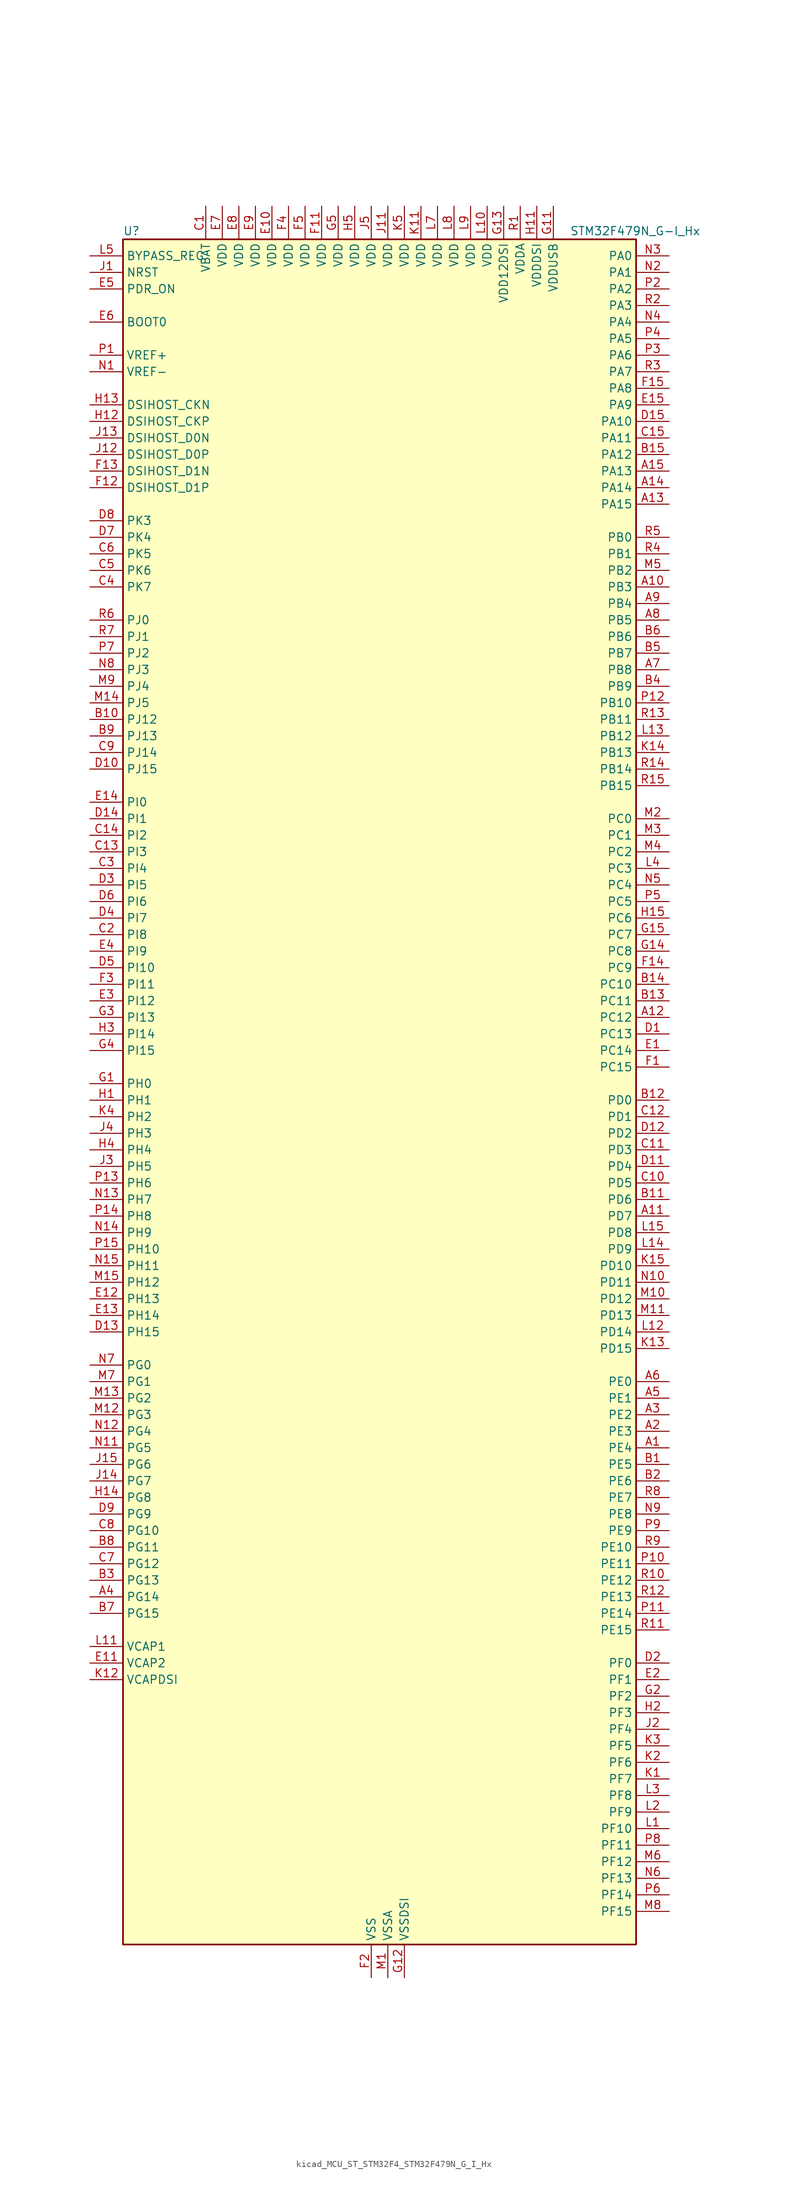
<source format=kicad_sym>
(kicad_symbol_lib
  (version 20220914)
  (generator kicad_symbol_editor)
  (symbol "kicad_MCU_ST_STM32F4_STM32F479N_G_I_Hx"
    (property "Reference" "U"
      (at -38.1 133.35 0)
      (effects (font (size 1.27 1.27)) (justify left)))
    (property "Value" "STM32F479N_G-I_Hx"
      (at 30.48 133.35 0)
      (effects (font (size 1.27 1.27)) (justify left)))
    (property "ki_locked" ""
      (at 0 0 0)
      (effects (font (size 1.27 1.27))))
    (symbol "kicad_MCU_ST_STM32F4_STM32F479N_G_I_Hx_0_1"
      (rectangle (start -38.1 -129.54) (end 40.64 132.08) (stroke (width 0.254) (type default)) (fill (type background))))
    (symbol "kicad_MCU_ST_STM32F4_STM32F479N_G_I_Hx_1_1"
      (pin bidirectional line (at 45.72 -53.34 180) (length 5.08) (name "PE4" (effects (font (size 1.27 1.27)))) (number "A1" (effects (font (size 1.27 1.27)))) (alternate "DCMI_D4" bidirectional line) (alternate "FMC_A20" bidirectional line) (alternate "LTDC_B0" bidirectional line) (alternate "SAI1_FS_A" bidirectional line) (alternate "SPI4_NSS" bidirectional line) (alternate "SYS_TRACED1" bidirectional line))
      (pin bidirectional line (at 45.72 78.74 180) (length 5.08) (name "PB3" (effects (font (size 1.27 1.27)))) (number "A10" (effects (font (size 1.27 1.27)))) (alternate "I2S3_CK" bidirectional line) (alternate "SPI1_SCK" bidirectional line) (alternate "SPI3_SCK" bidirectional line) (alternate "SYS_JTDO-SWO" bidirectional line) (alternate "TIM2_CH2" bidirectional line))
      (pin bidirectional line (at 45.72 -17.78 180) (length 5.08) (name "PD7" (effects (font (size 1.27 1.27)))) (number "A11" (effects (font (size 1.27 1.27)))) (alternate "FMC_NE1" bidirectional line) (alternate "USART2_CK" bidirectional line))
      (pin bidirectional line (at 45.72 12.7 180) (length 5.08) (name "PC12" (effects (font (size 1.27 1.27)))) (number "A12" (effects (font (size 1.27 1.27)))) (alternate "DCMI_D9" bidirectional line) (alternate "I2S3_SD" bidirectional line) (alternate "SDIO_CK" bidirectional line) (alternate "SPI3_MOSI" bidirectional line) (alternate "SYS_TRACED3" bidirectional line) (alternate "UART5_TX" bidirectional line) (alternate "USART3_CK" bidirectional line))
      (pin bidirectional line (at 45.72 91.44 180) (length 5.08) (name "PA15" (effects (font (size 1.27 1.27)))) (number "A13" (effects (font (size 1.27 1.27)))) (alternate "ADC1_EXTI15" bidirectional line) (alternate "ADC2_EXTI15" bidirectional line) (alternate "ADC3_EXTI15" bidirectional line) (alternate "I2S3_WS" bidirectional line) (alternate "SPI1_NSS" bidirectional line) (alternate "SPI3_NSS" bidirectional line) (alternate "SYS_JTDI" bidirectional line) (alternate "TIM2_CH1" bidirectional line) (alternate "TIM2_ETR" bidirectional line))
      (pin bidirectional line (at 45.72 93.98 180) (length 5.08) (name "PA14" (effects (font (size 1.27 1.27)))) (number "A14" (effects (font (size 1.27 1.27)))) (alternate "SYS_JTCK-SWCLK" bidirectional line))
      (pin bidirectional line (at 45.72 96.52 180) (length 5.08) (name "PA13" (effects (font (size 1.27 1.27)))) (number "A15" (effects (font (size 1.27 1.27)))) (alternate "SYS_JTMS-SWDIO" bidirectional line))
      (pin bidirectional line (at 45.72 -50.8 180) (length 5.08) (name "PE3" (effects (font (size 1.27 1.27)))) (number "A2" (effects (font (size 1.27 1.27)))) (alternate "FMC_A19" bidirectional line) (alternate "SAI1_SD_B" bidirectional line) (alternate "SYS_TRACED0" bidirectional line))
      (pin bidirectional line (at 45.72 -48.26 180) (length 5.08) (name "PE2" (effects (font (size 1.27 1.27)))) (number "A3" (effects (font (size 1.27 1.27)))) (alternate "ETH_TXD3" bidirectional line) (alternate "FMC_A23" bidirectional line) (alternate "QUADSPI_BK1_IO2" bidirectional line) (alternate "SAI1_MCLK_A" bidirectional line) (alternate "SPI4_SCK" bidirectional line) (alternate "SYS_TRACECLK" bidirectional line))
      (pin bidirectional line (at -43.18 -76.2 0) (length 5.08) (name "PG14" (effects (font (size 1.27 1.27)))) (number "A4" (effects (font (size 1.27 1.27)))) (alternate "ETH_TXD1" bidirectional line) (alternate "FMC_A25" bidirectional line) (alternate "LTDC_B0" bidirectional line) (alternate "QUADSPI_BK2_IO3" bidirectional line) (alternate "SPI6_MOSI" bidirectional line) (alternate "SYS_TRACED1" bidirectional line) (alternate "USART6_TX" bidirectional line))
      (pin bidirectional line (at 45.72 -45.72 180) (length 5.08) (name "PE1" (effects (font (size 1.27 1.27)))) (number "A5" (effects (font (size 1.27 1.27)))) (alternate "DCMI_D3" bidirectional line) (alternate "FMC_NBL1" bidirectional line) (alternate "UART8_TX" bidirectional line))
      (pin bidirectional line (at 45.72 -43.18 180) (length 5.08) (name "PE0" (effects (font (size 1.27 1.27)))) (number "A6" (effects (font (size 1.27 1.27)))) (alternate "DCMI_D2" bidirectional line) (alternate "FMC_NBL0" bidirectional line) (alternate "TIM4_ETR" bidirectional line) (alternate "UART8_RX" bidirectional line))
      (pin bidirectional line (at 45.72 66.04 180) (length 5.08) (name "PB8" (effects (font (size 1.27 1.27)))) (number "A7" (effects (font (size 1.27 1.27)))) (alternate "CAN1_RX" bidirectional line) (alternate "DCMI_D6" bidirectional line) (alternate "ETH_TXD3" bidirectional line) (alternate "I2C1_SCL" bidirectional line) (alternate "LTDC_B6" bidirectional line) (alternate "SDIO_D4" bidirectional line) (alternate "TIM10_CH1" bidirectional line) (alternate "TIM4_CH3" bidirectional line))
      (pin bidirectional line (at 45.72 73.66 180) (length 5.08) (name "PB5" (effects (font (size 1.27 1.27)))) (number "A8" (effects (font (size 1.27 1.27)))) (alternate "CAN2_RX" bidirectional line) (alternate "DCMI_D10" bidirectional line) (alternate "ETH_PPS_OUT" bidirectional line) (alternate "FMC_SDCKE1" bidirectional line) (alternate "I2C1_SMBA" bidirectional line) (alternate "I2S3_SD" bidirectional line) (alternate "LTDC_G7" bidirectional line) (alternate "SPI1_MOSI" bidirectional line) (alternate "SPI3_MOSI" bidirectional line) (alternate "TIM3_CH2" bidirectional line) (alternate "USB_OTG_HS_ULPI_D7" bidirectional line))
      (pin bidirectional line (at 45.72 76.2 180) (length 5.08) (name "PB4" (effects (font (size 1.27 1.27)))) (number "A9" (effects (font (size 1.27 1.27)))) (alternate "I2S3_ext_SD" bidirectional line) (alternate "SPI1_MISO" bidirectional line) (alternate "SPI3_MISO" bidirectional line) (alternate "SYS_JTRST" bidirectional line) (alternate "TIM3_CH1" bidirectional line))
      (pin bidirectional line (at 45.72 -55.88 180) (length 5.08) (name "PE5" (effects (font (size 1.27 1.27)))) (number "B1" (effects (font (size 1.27 1.27)))) (alternate "DCMI_D6" bidirectional line) (alternate "FMC_A21" bidirectional line) (alternate "LTDC_G0" bidirectional line) (alternate "SAI1_SCK_A" bidirectional line) (alternate "SPI4_MISO" bidirectional line) (alternate "SYS_TRACED2" bidirectional line) (alternate "TIM9_CH1" bidirectional line))
      (pin bidirectional line (at -43.18 58.42 0) (length 5.08) (name "PJ12" (effects (font (size 1.27 1.27)))) (number "B10" (effects (font (size 1.27 1.27)))) (alternate "LTDC_B0" bidirectional line) (alternate "LTDC_G3" bidirectional line))
      (pin bidirectional line (at 45.72 -15.24 180) (length 5.08) (name "PD6" (effects (font (size 1.27 1.27)))) (number "B11" (effects (font (size 1.27 1.27)))) (alternate "DCMI_D10" bidirectional line) (alternate "FMC_NWAIT" bidirectional line) (alternate "I2S3_SD" bidirectional line) (alternate "LTDC_B2" bidirectional line) (alternate "SAI1_SD_A" bidirectional line) (alternate "SPI3_MOSI" bidirectional line) (alternate "USART2_RX" bidirectional line))
      (pin bidirectional line (at 45.72 0 180) (length 5.08) (name "PD0" (effects (font (size 1.27 1.27)))) (number "B12" (effects (font (size 1.27 1.27)))) (alternate "CAN1_RX" bidirectional line) (alternate "FMC_D2" bidirectional line) (alternate "FMC_DA2" bidirectional line))
      (pin bidirectional line (at 45.72 15.24 180) (length 5.08) (name "PC11" (effects (font (size 1.27 1.27)))) (number "B13" (effects (font (size 1.27 1.27)))) (alternate "ADC1_EXTI11" bidirectional line) (alternate "ADC2_EXTI11" bidirectional line) (alternate "ADC3_EXTI11" bidirectional line) (alternate "DCMI_D4" bidirectional line) (alternate "I2S3_ext_SD" bidirectional line) (alternate "QUADSPI_BK2_NCS" bidirectional line) (alternate "SDIO_D3" bidirectional line) (alternate "SPI3_MISO" bidirectional line) (alternate "UART4_RX" bidirectional line) (alternate "USART3_RX" bidirectional line))
      (pin bidirectional line (at 45.72 17.78 180) (length 5.08) (name "PC10" (effects (font (size 1.27 1.27)))) (number "B14" (effects (font (size 1.27 1.27)))) (alternate "DCMI_D8" bidirectional line) (alternate "I2S3_CK" bidirectional line) (alternate "LTDC_R2" bidirectional line) (alternate "QUADSPI_BK1_IO1" bidirectional line) (alternate "SDIO_D2" bidirectional line) (alternate "SPI3_SCK" bidirectional line) (alternate "UART4_TX" bidirectional line) (alternate "USART3_TX" bidirectional line))
      (pin bidirectional line (at 45.72 99.06 180) (length 5.08) (name "PA12" (effects (font (size 1.27 1.27)))) (number "B15" (effects (font (size 1.27 1.27)))) (alternate "CAN1_TX" bidirectional line) (alternate "LTDC_R5" bidirectional line) (alternate "TIM1_ETR" bidirectional line) (alternate "USART1_RTS" bidirectional line) (alternate "USB_OTG_FS_DP" bidirectional line))
      (pin bidirectional line (at 45.72 -58.42 180) (length 5.08) (name "PE6" (effects (font (size 1.27 1.27)))) (number "B2" (effects (font (size 1.27 1.27)))) (alternate "DCMI_D7" bidirectional line) (alternate "FMC_A22" bidirectional line) (alternate "LTDC_G1" bidirectional line) (alternate "SAI1_SD_A" bidirectional line) (alternate "SPI4_MOSI" bidirectional line) (alternate "SYS_TRACED3" bidirectional line) (alternate "TIM9_CH2" bidirectional line))
      (pin bidirectional line (at -43.18 -73.66 0) (length 5.08) (name "PG13" (effects (font (size 1.27 1.27)))) (number "B3" (effects (font (size 1.27 1.27)))) (alternate "ETH_TXD0" bidirectional line) (alternate "FMC_A24" bidirectional line) (alternate "LTDC_R0" bidirectional line) (alternate "SPI6_SCK" bidirectional line) (alternate "SYS_TRACED0" bidirectional line) (alternate "USART6_CTS" bidirectional line))
      (pin bidirectional line (at 45.72 63.5 180) (length 5.08) (name "PB9" (effects (font (size 1.27 1.27)))) (number "B4" (effects (font (size 1.27 1.27)))) (alternate "CAN1_TX" bidirectional line) (alternate "DAC_EXTI9" bidirectional line) (alternate "DCMI_D7" bidirectional line) (alternate "I2C1_SDA" bidirectional line) (alternate "I2S2_WS" bidirectional line) (alternate "LTDC_B7" bidirectional line) (alternate "SDIO_D5" bidirectional line) (alternate "SPI2_NSS" bidirectional line) (alternate "TIM11_CH1" bidirectional line) (alternate "TIM4_CH4" bidirectional line))
      (pin bidirectional line (at 45.72 68.58 180) (length 5.08) (name "PB7" (effects (font (size 1.27 1.27)))) (number "B5" (effects (font (size 1.27 1.27)))) (alternate "DCMI_VSYNC" bidirectional line) (alternate "FMC_NL" bidirectional line) (alternate "I2C1_SDA" bidirectional line) (alternate "TIM4_CH2" bidirectional line) (alternate "USART1_RX" bidirectional line))
      (pin bidirectional line (at 45.72 71.12 180) (length 5.08) (name "PB6" (effects (font (size 1.27 1.27)))) (number "B6" (effects (font (size 1.27 1.27)))) (alternate "CAN2_TX" bidirectional line) (alternate "DCMI_D5" bidirectional line) (alternate "FMC_SDNE1" bidirectional line) (alternate "I2C1_SCL" bidirectional line) (alternate "QUADSPI_BK1_NCS" bidirectional line) (alternate "TIM4_CH1" bidirectional line) (alternate "USART1_TX" bidirectional line))
      (pin bidirectional line (at -43.18 -78.74 0) (length 5.08) (name "PG15" (effects (font (size 1.27 1.27)))) (number "B7" (effects (font (size 1.27 1.27)))) (alternate "ADC1_EXTI15" bidirectional line) (alternate "ADC2_EXTI15" bidirectional line) (alternate "ADC3_EXTI15" bidirectional line) (alternate "DCMI_D13" bidirectional line) (alternate "FMC_SDNCAS" bidirectional line) (alternate "USART6_CTS" bidirectional line))
      (pin bidirectional line (at -43.18 -68.58 0) (length 5.08) (name "PG11" (effects (font (size 1.27 1.27)))) (number "B8" (effects (font (size 1.27 1.27)))) (alternate "ADC1_EXTI11" bidirectional line) (alternate "ADC2_EXTI11" bidirectional line) (alternate "ADC3_EXTI11" bidirectional line) (alternate "DCMI_D3" bidirectional line) (alternate "ETH_TX_EN" bidirectional line) (alternate "LTDC_B3" bidirectional line))
      (pin bidirectional line (at -43.18 55.88 0) (length 5.08) (name "PJ13" (effects (font (size 1.27 1.27)))) (number "B9" (effects (font (size 1.27 1.27)))) (alternate "LTDC_B1" bidirectional line) (alternate "LTDC_G4" bidirectional line))
      (pin power_in line (at -25.4 137.16 270) (length 5.08) (name "VBAT" (effects (font (size 1.27 1.27)))) (number "C1" (effects (font (size 1.27 1.27)))))
      (pin bidirectional line (at 45.72 -12.7 180) (length 5.08) (name "PD5" (effects (font (size 1.27 1.27)))) (number "C10" (effects (font (size 1.27 1.27)))) (alternate "FMC_NWE" bidirectional line) (alternate "USART2_TX" bidirectional line))
      (pin bidirectional line (at 45.72 -7.62 180) (length 5.08) (name "PD3" (effects (font (size 1.27 1.27)))) (number "C11" (effects (font (size 1.27 1.27)))) (alternate "DCMI_D5" bidirectional line) (alternate "FMC_CLK" bidirectional line) (alternate "I2S2_CK" bidirectional line) (alternate "LTDC_G7" bidirectional line) (alternate "SPI2_SCK" bidirectional line) (alternate "USART2_CTS" bidirectional line))
      (pin bidirectional line (at 45.72 -2.54 180) (length 5.08) (name "PD1" (effects (font (size 1.27 1.27)))) (number "C12" (effects (font (size 1.27 1.27)))) (alternate "CAN1_TX" bidirectional line) (alternate "FMC_D3" bidirectional line) (alternate "FMC_DA3" bidirectional line))
      (pin bidirectional line (at -43.18 38.1 0) (length 5.08) (name "PI3" (effects (font (size 1.27 1.27)))) (number "C13" (effects (font (size 1.27 1.27)))) (alternate "DCMI_D10" bidirectional line) (alternate "FMC_D27" bidirectional line) (alternate "I2S2_SD" bidirectional line) (alternate "SPI2_MOSI" bidirectional line) (alternate "TIM8_ETR" bidirectional line))
      (pin bidirectional line (at -43.18 40.64 0) (length 5.08) (name "PI2" (effects (font (size 1.27 1.27)))) (number "C14" (effects (font (size 1.27 1.27)))) (alternate "DCMI_D9" bidirectional line) (alternate "FMC_D26" bidirectional line) (alternate "I2S2_ext_SD" bidirectional line) (alternate "LTDC_G7" bidirectional line) (alternate "SPI2_MISO" bidirectional line) (alternate "TIM8_CH4" bidirectional line))
      (pin bidirectional line (at 45.72 101.6 180) (length 5.08) (name "PA11" (effects (font (size 1.27 1.27)))) (number "C15" (effects (font (size 1.27 1.27)))) (alternate "ADC1_EXTI11" bidirectional line) (alternate "ADC2_EXTI11" bidirectional line) (alternate "ADC3_EXTI11" bidirectional line) (alternate "CAN1_RX" bidirectional line) (alternate "LTDC_R4" bidirectional line) (alternate "TIM1_CH4" bidirectional line) (alternate "USART1_CTS" bidirectional line) (alternate "USB_OTG_FS_DM" bidirectional line))
      (pin bidirectional line (at -43.18 25.4 0) (length 5.08) (name "PI8" (effects (font (size 1.27 1.27)))) (number "C2" (effects (font (size 1.27 1.27)))) (alternate "RTC_AF1" bidirectional line) (alternate "RTC_AF2" bidirectional line))
      (pin bidirectional line (at -43.18 35.56 0) (length 5.08) (name "PI4" (effects (font (size 1.27 1.27)))) (number "C3" (effects (font (size 1.27 1.27)))) (alternate "DCMI_D5" bidirectional line) (alternate "FMC_NBL2" bidirectional line) (alternate "LTDC_B4" bidirectional line) (alternate "TIM8_BKIN" bidirectional line))
      (pin bidirectional line (at -43.18 78.74 0) (length 5.08) (name "PK7" (effects (font (size 1.27 1.27)))) (number "C4" (effects (font (size 1.27 1.27)))) (alternate "LTDC_DE" bidirectional line))
      (pin bidirectional line (at -43.18 81.28 0) (length 5.08) (name "PK6" (effects (font (size 1.27 1.27)))) (number "C5" (effects (font (size 1.27 1.27)))) (alternate "LTDC_B7" bidirectional line))
      (pin bidirectional line (at -43.18 83.82 0) (length 5.08) (name "PK5" (effects (font (size 1.27 1.27)))) (number "C6" (effects (font (size 1.27 1.27)))) (alternate "LTDC_B6" bidirectional line))
      (pin bidirectional line (at -43.18 -71.12 0) (length 5.08) (name "PG12" (effects (font (size 1.27 1.27)))) (number "C7" (effects (font (size 1.27 1.27)))) (alternate "FMC_NE4" bidirectional line) (alternate "LTDC_B1" bidirectional line) (alternate "LTDC_B4" bidirectional line) (alternate "SPI6_MISO" bidirectional line) (alternate "USART6_RTS" bidirectional line))
      (pin bidirectional line (at -43.18 -66.04 0) (length 5.08) (name "PG10" (effects (font (size 1.27 1.27)))) (number "C8" (effects (font (size 1.27 1.27)))) (alternate "DCMI_D2" bidirectional line) (alternate "FMC_NE3" bidirectional line) (alternate "LTDC_B2" bidirectional line) (alternate "LTDC_G3" bidirectional line))
      (pin bidirectional line (at -43.18 53.34 0) (length 5.08) (name "PJ14" (effects (font (size 1.27 1.27)))) (number "C9" (effects (font (size 1.27 1.27)))) (alternate "LTDC_B2" bidirectional line))
      (pin bidirectional line (at 45.72 10.16 180) (length 5.08) (name "PC13" (effects (font (size 1.27 1.27)))) (number "D1" (effects (font (size 1.27 1.27)))) (alternate "RTC_AF1" bidirectional line))
      (pin bidirectional line (at -43.18 50.8 0) (length 5.08) (name "PJ15" (effects (font (size 1.27 1.27)))) (number "D10" (effects (font (size 1.27 1.27)))) (alternate "ADC1_EXTI15" bidirectional line) (alternate "ADC2_EXTI15" bidirectional line) (alternate "ADC3_EXTI15" bidirectional line) (alternate "LTDC_B3" bidirectional line))
      (pin bidirectional line (at 45.72 -10.16 180) (length 5.08) (name "PD4" (effects (font (size 1.27 1.27)))) (number "D11" (effects (font (size 1.27 1.27)))) (alternate "FMC_NOE" bidirectional line) (alternate "USART2_RTS" bidirectional line))
      (pin bidirectional line (at 45.72 -5.08 180) (length 5.08) (name "PD2" (effects (font (size 1.27 1.27)))) (number "D12" (effects (font (size 1.27 1.27)))) (alternate "DCMI_D11" bidirectional line) (alternate "SDIO_CMD" bidirectional line) (alternate "SYS_TRACED2" bidirectional line) (alternate "TIM3_ETR" bidirectional line) (alternate "UART5_RX" bidirectional line))
      (pin bidirectional line (at -43.18 -35.56 0) (length 5.08) (name "PH15" (effects (font (size 1.27 1.27)))) (number "D13" (effects (font (size 1.27 1.27)))) (alternate "ADC1_EXTI15" bidirectional line) (alternate "ADC2_EXTI15" bidirectional line) (alternate "ADC3_EXTI15" bidirectional line) (alternate "DCMI_D11" bidirectional line) (alternate "FMC_D23" bidirectional line) (alternate "LTDC_G4" bidirectional line) (alternate "TIM8_CH3N" bidirectional line))
      (pin bidirectional line (at -43.18 43.18 0) (length 5.08) (name "PI1" (effects (font (size 1.27 1.27)))) (number "D14" (effects (font (size 1.27 1.27)))) (alternate "DCMI_D8" bidirectional line) (alternate "FMC_D25" bidirectional line) (alternate "I2S2_CK" bidirectional line) (alternate "LTDC_G6" bidirectional line) (alternate "SPI2_SCK" bidirectional line))
      (pin bidirectional line (at 45.72 104.14 180) (length 5.08) (name "PA10" (effects (font (size 1.27 1.27)))) (number "D15" (effects (font (size 1.27 1.27)))) (alternate "DCMI_D1" bidirectional line) (alternate "TIM1_CH3" bidirectional line) (alternate "USART1_RX" bidirectional line) (alternate "USB_OTG_FS_ID" bidirectional line))
      (pin bidirectional line (at 45.72 -86.36 180) (length 5.08) (name "PF0" (effects (font (size 1.27 1.27)))) (number "D2" (effects (font (size 1.27 1.27)))) (alternate "FMC_A0" bidirectional line) (alternate "I2C2_SDA" bidirectional line))
      (pin bidirectional line (at -43.18 33.02 0) (length 5.08) (name "PI5" (effects (font (size 1.27 1.27)))) (number "D3" (effects (font (size 1.27 1.27)))) (alternate "DCMI_VSYNC" bidirectional line) (alternate "FMC_NBL3" bidirectional line) (alternate "LTDC_B5" bidirectional line) (alternate "TIM8_CH1" bidirectional line))
      (pin bidirectional line (at -43.18 27.94 0) (length 5.08) (name "PI7" (effects (font (size 1.27 1.27)))) (number "D4" (effects (font (size 1.27 1.27)))) (alternate "DCMI_D7" bidirectional line) (alternate "FMC_D29" bidirectional line) (alternate "LTDC_B7" bidirectional line) (alternate "TIM8_CH3" bidirectional line))
      (pin bidirectional line (at -43.18 20.32 0) (length 5.08) (name "PI10" (effects (font (size 1.27 1.27)))) (number "D5" (effects (font (size 1.27 1.27)))) (alternate "ETH_RX_ER" bidirectional line) (alternate "FMC_D31" bidirectional line) (alternate "LTDC_HSYNC" bidirectional line))
      (pin bidirectional line (at -43.18 30.48 0) (length 5.08) (name "PI6" (effects (font (size 1.27 1.27)))) (number "D6" (effects (font (size 1.27 1.27)))) (alternate "DCMI_D6" bidirectional line) (alternate "FMC_D28" bidirectional line) (alternate "LTDC_B6" bidirectional line) (alternate "TIM8_CH2" bidirectional line))
      (pin bidirectional line (at -43.18 86.36 0) (length 5.08) (name "PK4" (effects (font (size 1.27 1.27)))) (number "D7" (effects (font (size 1.27 1.27)))) (alternate "LTDC_B5" bidirectional line))
      (pin bidirectional line (at -43.18 88.9 0) (length 5.08) (name "PK3" (effects (font (size 1.27 1.27)))) (number "D8" (effects (font (size 1.27 1.27)))) (alternate "LTDC_B4" bidirectional line))
      (pin bidirectional line (at -43.18 -63.5 0) (length 5.08) (name "PG9" (effects (font (size 1.27 1.27)))) (number "D9" (effects (font (size 1.27 1.27)))) (alternate "DAC_EXTI9" bidirectional line) (alternate "DCMI_VSYNC" bidirectional line) (alternate "FMC_NCE" bidirectional line) (alternate "FMC_NE2" bidirectional line) (alternate "QUADSPI_BK2_IO2" bidirectional line) (alternate "USART6_RX" bidirectional line))
      (pin bidirectional line (at 45.72 7.62 180) (length 5.08) (name "PC14" (effects (font (size 1.27 1.27)))) (number "E1" (effects (font (size 1.27 1.27)))) (alternate "RCC_OSC32_IN" bidirectional line))
      (pin power_in line (at -15.24 137.16 270) (length 5.08) (name "VDD" (effects (font (size 1.27 1.27)))) (number "E10" (effects (font (size 1.27 1.27)))))
      (pin power_out line (at -43.18 -86.36 0) (length 5.08) (name "VCAP2" (effects (font (size 1.27 1.27)))) (number "E11" (effects (font (size 1.27 1.27)))))
      (pin bidirectional line (at -43.18 -30.48 0) (length 5.08) (name "PH13" (effects (font (size 1.27 1.27)))) (number "E12" (effects (font (size 1.27 1.27)))) (alternate "CAN1_TX" bidirectional line) (alternate "FMC_D21" bidirectional line) (alternate "LTDC_G2" bidirectional line) (alternate "TIM8_CH1N" bidirectional line))
      (pin bidirectional line (at -43.18 -33.02 0) (length 5.08) (name "PH14" (effects (font (size 1.27 1.27)))) (number "E13" (effects (font (size 1.27 1.27)))) (alternate "DCMI_D4" bidirectional line) (alternate "FMC_D22" bidirectional line) (alternate "LTDC_G3" bidirectional line) (alternate "TIM8_CH2N" bidirectional line))
      (pin bidirectional line (at -43.18 45.72 0) (length 5.08) (name "PI0" (effects (font (size 1.27 1.27)))) (number "E14" (effects (font (size 1.27 1.27)))) (alternate "DCMI_D13" bidirectional line) (alternate "FMC_D24" bidirectional line) (alternate "I2S2_WS" bidirectional line) (alternate "LTDC_G5" bidirectional line) (alternate "SPI2_NSS" bidirectional line) (alternate "TIM5_CH4" bidirectional line))
      (pin bidirectional line (at 45.72 106.68 180) (length 5.08) (name "PA9" (effects (font (size 1.27 1.27)))) (number "E15" (effects (font (size 1.27 1.27)))) (alternate "DAC_EXTI9" bidirectional line) (alternate "DCMI_D0" bidirectional line) (alternate "I2C3_SMBA" bidirectional line) (alternate "I2S2_CK" bidirectional line) (alternate "SPI2_SCK" bidirectional line) (alternate "TIM1_CH2" bidirectional line) (alternate "USART1_TX" bidirectional line) (alternate "USB_OTG_FS_VBUS" bidirectional line))
      (pin bidirectional line (at 45.72 -88.9 180) (length 5.08) (name "PF1" (effects (font (size 1.27 1.27)))) (number "E2" (effects (font (size 1.27 1.27)))) (alternate "FMC_A1" bidirectional line) (alternate "I2C2_SCL" bidirectional line))
      (pin bidirectional line (at -43.18 15.24 0) (length 5.08) (name "PI12" (effects (font (size 1.27 1.27)))) (number "E3" (effects (font (size 1.27 1.27)))) (alternate "LTDC_HSYNC" bidirectional line))
      (pin bidirectional line (at -43.18 22.86 0) (length 5.08) (name "PI9" (effects (font (size 1.27 1.27)))) (number "E4" (effects (font (size 1.27 1.27)))) (alternate "CAN1_RX" bidirectional line) (alternate "DAC_EXTI9" bidirectional line) (alternate "FMC_D30" bidirectional line) (alternate "LTDC_VSYNC" bidirectional line))
      (pin input line (at -43.18 124.46 0) (length 5.08) (name "PDR_ON" (effects (font (size 1.27 1.27)))) (number "E5" (effects (font (size 1.27 1.27)))))
      (pin input line (at -43.18 119.38 0) (length 5.08) (name "BOOT0" (effects (font (size 1.27 1.27)))) (number "E6" (effects (font (size 1.27 1.27)))))
      (pin power_in line (at -22.86 137.16 270) (length 5.08) (name "VDD" (effects (font (size 1.27 1.27)))) (number "E7" (effects (font (size 1.27 1.27)))))
      (pin power_in line (at -20.32 137.16 270) (length 5.08) (name "VDD" (effects (font (size 1.27 1.27)))) (number "E8" (effects (font (size 1.27 1.27)))))
      (pin power_in line (at -17.78 137.16 270) (length 5.08) (name "VDD" (effects (font (size 1.27 1.27)))) (number "E9" (effects (font (size 1.27 1.27)))))
      (pin bidirectional line (at 45.72 5.08 180) (length 5.08) (name "PC15" (effects (font (size 1.27 1.27)))) (number "F1" (effects (font (size 1.27 1.27)))) (alternate "ADC1_EXTI15" bidirectional line) (alternate "ADC2_EXTI15" bidirectional line) (alternate "ADC3_EXTI15" bidirectional line) (alternate "RCC_OSC32_OUT" bidirectional line))
      (pin passive line (at 0 -134.62 90) (length 5.08) hide (name "VSS" (effects (font (size 1.27 1.27)))) (number "F10" (effects (font (size 1.27 1.27)))))
      (pin power_in line (at -7.62 137.16 270) (length 5.08) (name "VDD" (effects (font (size 1.27 1.27)))) (number "F11" (effects (font (size 1.27 1.27)))))
      (pin bidirectional line (at -43.18 93.98 0) (length 5.08) (name "DSIHOST_D1P" (effects (font (size 1.27 1.27)))) (number "F12" (effects (font (size 1.27 1.27)))) (alternate "DSIHOST_D1P" bidirectional line))
      (pin bidirectional line (at -43.18 96.52 0) (length 5.08) (name "DSIHOST_D1N" (effects (font (size 1.27 1.27)))) (number "F13" (effects (font (size 1.27 1.27)))) (alternate "DSIHOST_D1N" bidirectional line))
      (pin bidirectional line (at 45.72 20.32 180) (length 5.08) (name "PC9" (effects (font (size 1.27 1.27)))) (number "F14" (effects (font (size 1.27 1.27)))) (alternate "DAC_EXTI9" bidirectional line) (alternate "DCMI_D3" bidirectional line) (alternate "I2C3_SDA" bidirectional line) (alternate "I2S_CKIN" bidirectional line) (alternate "QUADSPI_BK1_IO0" bidirectional line) (alternate "RCC_MCO_2" bidirectional line) (alternate "SDIO_D1" bidirectional line) (alternate "TIM3_CH4" bidirectional line) (alternate "TIM8_CH4" bidirectional line))
      (pin bidirectional line (at 45.72 109.22 180) (length 5.08) (name "PA8" (effects (font (size 1.27 1.27)))) (number "F15" (effects (font (size 1.27 1.27)))) (alternate "I2C3_SCL" bidirectional line) (alternate "LTDC_R6" bidirectional line) (alternate "RCC_MCO_1" bidirectional line) (alternate "TIM1_CH1" bidirectional line) (alternate "USART1_CK" bidirectional line) (alternate "USB_OTG_FS_SOF" bidirectional line))
      (pin power_in line (at 0 -134.62 90) (length 5.08) (name "VSS" (effects (font (size 1.27 1.27)))) (number "F2" (effects (font (size 1.27 1.27)))))
      (pin bidirectional line (at -43.18 17.78 0) (length 5.08) (name "PI11" (effects (font (size 1.27 1.27)))) (number "F3" (effects (font (size 1.27 1.27)))) (alternate "ADC1_EXTI11" bidirectional line) (alternate "ADC2_EXTI11" bidirectional line) (alternate "ADC3_EXTI11" bidirectional line) (alternate "LTDC_G6" bidirectional line) (alternate "USB_OTG_HS_ULPI_DIR" bidirectional line))
      (pin power_in line (at -12.7 137.16 270) (length 5.08) (name "VDD" (effects (font (size 1.27 1.27)))) (number "F4" (effects (font (size 1.27 1.27)))))
      (pin power_in line (at -10.16 137.16 270) (length 5.08) (name "VDD" (effects (font (size 1.27 1.27)))) (number "F5" (effects (font (size 1.27 1.27)))))
      (pin passive line (at 0 -134.62 90) (length 5.08) hide (name "VSS" (effects (font (size 1.27 1.27)))) (number "F6" (effects (font (size 1.27 1.27)))))
      (pin passive line (at 0 -134.62 90) (length 5.08) hide (name "VSS" (effects (font (size 1.27 1.27)))) (number "F7" (effects (font (size 1.27 1.27)))))
      (pin passive line (at 0 -134.62 90) (length 5.08) hide (name "VSS" (effects (font (size 1.27 1.27)))) (number "F8" (effects (font (size 1.27 1.27)))))
      (pin passive line (at 0 -134.62 90) (length 5.08) hide (name "VSS" (effects (font (size 1.27 1.27)))) (number "F9" (effects (font (size 1.27 1.27)))))
      (pin bidirectional line (at -43.18 2.54 0) (length 5.08) (name "PH0" (effects (font (size 1.27 1.27)))) (number "G1" (effects (font (size 1.27 1.27)))) (alternate "RCC_OSC_IN" bidirectional line))
      (pin passive line (at 0 -134.62 90) (length 5.08) hide (name "VSS" (effects (font (size 1.27 1.27)))) (number "G10" (effects (font (size 1.27 1.27)))))
      (pin power_in line (at 27.94 137.16 270) (length 5.08) (name "VDDUSB" (effects (font (size 1.27 1.27)))) (number "G11" (effects (font (size 1.27 1.27)))))
      (pin power_in line (at 5.08 -134.62 90) (length 5.08) (name "VSSDSI" (effects (font (size 1.27 1.27)))) (number "G12" (effects (font (size 1.27 1.27)))))
      (pin power_in line (at 20.32 137.16 270) (length 5.08) (name "VDD12DSI" (effects (font (size 1.27 1.27)))) (number "G13" (effects (font (size 1.27 1.27)))))
      (pin bidirectional line (at 45.72 22.86 180) (length 5.08) (name "PC8" (effects (font (size 1.27 1.27)))) (number "G14" (effects (font (size 1.27 1.27)))) (alternate "DCMI_D2" bidirectional line) (alternate "SDIO_D0" bidirectional line) (alternate "SYS_TRACED1" bidirectional line) (alternate "TIM3_CH3" bidirectional line) (alternate "TIM8_CH3" bidirectional line) (alternate "USART6_CK" bidirectional line))
      (pin bidirectional line (at 45.72 25.4 180) (length 5.08) (name "PC7" (effects (font (size 1.27 1.27)))) (number "G15" (effects (font (size 1.27 1.27)))) (alternate "DCMI_D1" bidirectional line) (alternate "I2S3_MCK" bidirectional line) (alternate "LTDC_G6" bidirectional line) (alternate "SDIO_D7" bidirectional line) (alternate "TIM3_CH2" bidirectional line) (alternate "TIM8_CH2" bidirectional line) (alternate "USART6_RX" bidirectional line))
      (pin bidirectional line (at 45.72 -91.44 180) (length 5.08) (name "PF2" (effects (font (size 1.27 1.27)))) (number "G2" (effects (font (size 1.27 1.27)))) (alternate "FMC_A2" bidirectional line) (alternate "I2C2_SMBA" bidirectional line))
      (pin bidirectional line (at -43.18 12.7 0) (length 5.08) (name "PI13" (effects (font (size 1.27 1.27)))) (number "G3" (effects (font (size 1.27 1.27)))) (alternate "LTDC_VSYNC" bidirectional line))
      (pin bidirectional line (at -43.18 7.62 0) (length 5.08) (name "PI15" (effects (font (size 1.27 1.27)))) (number "G4" (effects (font (size 1.27 1.27)))) (alternate "ADC1_EXTI15" bidirectional line) (alternate "ADC2_EXTI15" bidirectional line) (alternate "ADC3_EXTI15" bidirectional line) (alternate "LTDC_G2" bidirectional line) (alternate "LTDC_R0" bidirectional line))
      (pin power_in line (at -5.08 137.16 270) (length 5.08) (name "VDD" (effects (font (size 1.27 1.27)))) (number "G5" (effects (font (size 1.27 1.27)))))
      (pin passive line (at 0 -134.62 90) (length 5.08) hide (name "VSS" (effects (font (size 1.27 1.27)))) (number "G6" (effects (font (size 1.27 1.27)))))
      (pin bidirectional line (at -43.18 0 0) (length 5.08) (name "PH1" (effects (font (size 1.27 1.27)))) (number "H1" (effects (font (size 1.27 1.27)))) (alternate "RCC_OSC_OUT" bidirectional line))
      (pin passive line (at 0 -134.62 90) (length 5.08) hide (name "VSS" (effects (font (size 1.27 1.27)))) (number "H10" (effects (font (size 1.27 1.27)))))
      (pin power_in line (at 25.4 137.16 270) (length 5.08) (name "VDDDSI" (effects (font (size 1.27 1.27)))) (number "H11" (effects (font (size 1.27 1.27)))))
      (pin bidirectional line (at -43.18 104.14 0) (length 5.08) (name "DSIHOST_CKP" (effects (font (size 1.27 1.27)))) (number "H12" (effects (font (size 1.27 1.27)))) (alternate "DSIHOST_CKP" bidirectional line))
      (pin bidirectional line (at -43.18 106.68 0) (length 5.08) (name "DSIHOST_CKN" (effects (font (size 1.27 1.27)))) (number "H13" (effects (font (size 1.27 1.27)))) (alternate "DSIHOST_CKN" bidirectional line))
      (pin bidirectional line (at -43.18 -60.96 0) (length 5.08) (name "PG8" (effects (font (size 1.27 1.27)))) (number "H14" (effects (font (size 1.27 1.27)))) (alternate "ETH_PPS_OUT" bidirectional line) (alternate "FMC_SDCLK" bidirectional line) (alternate "LTDC_G7" bidirectional line) (alternate "SPI6_NSS" bidirectional line) (alternate "USART6_RTS" bidirectional line))
      (pin bidirectional line (at 45.72 27.94 180) (length 5.08) (name "PC6" (effects (font (size 1.27 1.27)))) (number "H15" (effects (font (size 1.27 1.27)))) (alternate "DCMI_D0" bidirectional line) (alternate "I2S2_MCK" bidirectional line) (alternate "LTDC_HSYNC" bidirectional line) (alternate "SDIO_D6" bidirectional line) (alternate "TIM3_CH1" bidirectional line) (alternate "TIM8_CH1" bidirectional line) (alternate "USART6_TX" bidirectional line))
      (pin bidirectional line (at 45.72 -93.98 180) (length 5.08) (name "PF3" (effects (font (size 1.27 1.27)))) (number "H2" (effects (font (size 1.27 1.27)))) (alternate "ADC3_IN9" bidirectional line) (alternate "FMC_A3" bidirectional line))
      (pin bidirectional line (at -43.18 10.16 0) (length 5.08) (name "PI14" (effects (font (size 1.27 1.27)))) (number "H3" (effects (font (size 1.27 1.27)))) (alternate "LTDC_CLK" bidirectional line))
      (pin bidirectional line (at -43.18 -7.62 0) (length 5.08) (name "PH4" (effects (font (size 1.27 1.27)))) (number "H4" (effects (font (size 1.27 1.27)))) (alternate "I2C2_SCL" bidirectional line) (alternate "LTDC_G4" bidirectional line) (alternate "LTDC_G5" bidirectional line) (alternate "USB_OTG_HS_ULPI_NXT" bidirectional line))
      (pin power_in line (at -2.54 137.16 270) (length 5.08) (name "VDD" (effects (font (size 1.27 1.27)))) (number "H5" (effects (font (size 1.27 1.27)))))
      (pin passive line (at 0 -134.62 90) (length 5.08) hide (name "VSS" (effects (font (size 1.27 1.27)))) (number "H6" (effects (font (size 1.27 1.27)))))
      (pin input line (at -43.18 127 0) (length 5.08) (name "NRST" (effects (font (size 1.27 1.27)))) (number "J1" (effects (font (size 1.27 1.27)))))
      (pin passive line (at 0 -134.62 90) (length 5.08) hide (name "VSS" (effects (font (size 1.27 1.27)))) (number "J10" (effects (font (size 1.27 1.27)))))
      (pin power_in line (at 2.54 137.16 270) (length 5.08) (name "VDD" (effects (font (size 1.27 1.27)))) (number "J11" (effects (font (size 1.27 1.27)))))
      (pin bidirectional line (at -43.18 99.06 0) (length 5.08) (name "DSIHOST_D0P" (effects (font (size 1.27 1.27)))) (number "J12" (effects (font (size 1.27 1.27)))) (alternate "DSIHOST_D0P" bidirectional line))
      (pin bidirectional line (at -43.18 101.6 0) (length 5.08) (name "DSIHOST_D0N" (effects (font (size 1.27 1.27)))) (number "J13" (effects (font (size 1.27 1.27)))) (alternate "DSIHOST_D0N" bidirectional line))
      (pin bidirectional line (at -43.18 -58.42 0) (length 5.08) (name "PG7" (effects (font (size 1.27 1.27)))) (number "J14" (effects (font (size 1.27 1.27)))) (alternate "DCMI_D13" bidirectional line) (alternate "FMC_INT" bidirectional line) (alternate "LTDC_CLK" bidirectional line) (alternate "SAI1_MCLK_A" bidirectional line) (alternate "USART6_CK" bidirectional line))
      (pin bidirectional line (at -43.18 -55.88 0) (length 5.08) (name "PG6" (effects (font (size 1.27 1.27)))) (number "J15" (effects (font (size 1.27 1.27)))) (alternate "DCMI_D12" bidirectional line) (alternate "LTDC_R7" bidirectional line))
      (pin bidirectional line (at 45.72 -96.52 180) (length 5.08) (name "PF4" (effects (font (size 1.27 1.27)))) (number "J2" (effects (font (size 1.27 1.27)))) (alternate "ADC3_IN14" bidirectional line) (alternate "FMC_A4" bidirectional line))
      (pin bidirectional line (at -43.18 -10.16 0) (length 5.08) (name "PH5" (effects (font (size 1.27 1.27)))) (number "J3" (effects (font (size 1.27 1.27)))) (alternate "FMC_SDNWE" bidirectional line) (alternate "I2C2_SDA" bidirectional line) (alternate "SPI5_NSS" bidirectional line))
      (pin bidirectional line (at -43.18 -5.08 0) (length 5.08) (name "PH3" (effects (font (size 1.27 1.27)))) (number "J4" (effects (font (size 1.27 1.27)))) (alternate "ETH_COL" bidirectional line) (alternate "FMC_SDNE0" bidirectional line) (alternate "LTDC_R1" bidirectional line) (alternate "QUADSPI_BK2_IO1" bidirectional line))
      (pin power_in line (at 0 137.16 270) (length 5.08) (name "VDD" (effects (font (size 1.27 1.27)))) (number "J5" (effects (font (size 1.27 1.27)))))
      (pin passive line (at 0 -134.62 90) (length 5.08) hide (name "VSS" (effects (font (size 1.27 1.27)))) (number "J6" (effects (font (size 1.27 1.27)))))
      (pin bidirectional line (at 45.72 -104.14 180) (length 5.08) (name "PF7" (effects (font (size 1.27 1.27)))) (number "K1" (effects (font (size 1.27 1.27)))) (alternate "ADC3_IN5" bidirectional line) (alternate "QUADSPI_BK1_IO2" bidirectional line) (alternate "SAI1_MCLK_B" bidirectional line) (alternate "SPI5_SCK" bidirectional line) (alternate "TIM11_CH1" bidirectional line) (alternate "UART7_TX" bidirectional line))
      (pin passive line (at 0 -134.62 90) (length 5.08) hide (name "VSS" (effects (font (size 1.27 1.27)))) (number "K10" (effects (font (size 1.27 1.27)))))
      (pin power_in line (at 7.62 137.16 270) (length 5.08) (name "VDD" (effects (font (size 1.27 1.27)))) (number "K11" (effects (font (size 1.27 1.27)))))
      (pin power_out line (at -43.18 -88.9 0) (length 5.08) (name "VCAPDSI" (effects (font (size 1.27 1.27)))) (number "K12" (effects (font (size 1.27 1.27)))))
      (pin bidirectional line (at 45.72 -38.1 180) (length 5.08) (name "PD15" (effects (font (size 1.27 1.27)))) (number "K13" (effects (font (size 1.27 1.27)))) (alternate "ADC1_EXTI15" bidirectional line) (alternate "ADC2_EXTI15" bidirectional line) (alternate "ADC3_EXTI15" bidirectional line) (alternate "FMC_D1" bidirectional line) (alternate "FMC_DA1" bidirectional line) (alternate "TIM4_CH4" bidirectional line))
      (pin bidirectional line (at 45.72 53.34 180) (length 5.08) (name "PB13" (effects (font (size 1.27 1.27)))) (number "K14" (effects (font (size 1.27 1.27)))) (alternate "CAN2_TX" bidirectional line) (alternate "ETH_TXD1" bidirectional line) (alternate "I2S2_CK" bidirectional line) (alternate "SPI2_SCK" bidirectional line) (alternate "TIM1_CH1N" bidirectional line) (alternate "USART3_CTS" bidirectional line) (alternate "USB_OTG_HS_ULPI_D6" bidirectional line) (alternate "USB_OTG_HS_VBUS" bidirectional line))
      (pin bidirectional line (at 45.72 -25.4 180) (length 5.08) (name "PD10" (effects (font (size 1.27 1.27)))) (number "K15" (effects (font (size 1.27 1.27)))) (alternate "FMC_D15" bidirectional line) (alternate "FMC_DA15" bidirectional line) (alternate "LTDC_B3" bidirectional line) (alternate "USART3_CK" bidirectional line))
      (pin bidirectional line (at 45.72 -101.6 180) (length 5.08) (name "PF6" (effects (font (size 1.27 1.27)))) (number "K2" (effects (font (size 1.27 1.27)))) (alternate "ADC3_IN4" bidirectional line) (alternate "QUADSPI_BK1_IO3" bidirectional line) (alternate "SAI1_SD_B" bidirectional line) (alternate "SPI5_NSS" bidirectional line) (alternate "TIM10_CH1" bidirectional line) (alternate "UART7_RX" bidirectional line))
      (pin bidirectional line (at 45.72 -99.06 180) (length 5.08) (name "PF5" (effects (font (size 1.27 1.27)))) (number "K3" (effects (font (size 1.27 1.27)))) (alternate "ADC3_IN15" bidirectional line) (alternate "FMC_A5" bidirectional line))
      (pin bidirectional line (at -43.18 -2.54 0) (length 5.08) (name "PH2" (effects (font (size 1.27 1.27)))) (number "K4" (effects (font (size 1.27 1.27)))) (alternate "ETH_CRS" bidirectional line) (alternate "FMC_SDCKE0" bidirectional line) (alternate "LTDC_R0" bidirectional line) (alternate "QUADSPI_BK2_IO0" bidirectional line))
      (pin power_in line (at 5.08 137.16 270) (length 5.08) (name "VDD" (effects (font (size 1.27 1.27)))) (number "K5" (effects (font (size 1.27 1.27)))))
      (pin passive line (at 0 -134.62 90) (length 5.08) hide (name "VSS" (effects (font (size 1.27 1.27)))) (number "K6" (effects (font (size 1.27 1.27)))))
      (pin passive line (at 0 -134.62 90) (length 5.08) hide (name "VSS" (effects (font (size 1.27 1.27)))) (number "K7" (effects (font (size 1.27 1.27)))))
      (pin passive line (at 0 -134.62 90) (length 5.08) hide (name "VSS" (effects (font (size 1.27 1.27)))) (number "K8" (effects (font (size 1.27 1.27)))))
      (pin passive line (at 0 -134.62 90) (length 5.08) hide (name "VSS" (effects (font (size 1.27 1.27)))) (number "K9" (effects (font (size 1.27 1.27)))))
      (pin bidirectional line (at 45.72 -111.76 180) (length 5.08) (name "PF10" (effects (font (size 1.27 1.27)))) (number "L1" (effects (font (size 1.27 1.27)))) (alternate "ADC3_IN8" bidirectional line) (alternate "DCMI_D11" bidirectional line) (alternate "LTDC_DE" bidirectional line) (alternate "QUADSPI_CLK" bidirectional line))
      (pin power_in line (at 17.78 137.16 270) (length 5.08) (name "VDD" (effects (font (size 1.27 1.27)))) (number "L10" (effects (font (size 1.27 1.27)))))
      (pin power_out line (at -43.18 -83.82 0) (length 5.08) (name "VCAP1" (effects (font (size 1.27 1.27)))) (number "L11" (effects (font (size 1.27 1.27)))))
      (pin bidirectional line (at 45.72 -35.56 180) (length 5.08) (name "PD14" (effects (font (size 1.27 1.27)))) (number "L12" (effects (font (size 1.27 1.27)))) (alternate "FMC_D0" bidirectional line) (alternate "FMC_DA0" bidirectional line) (alternate "TIM4_CH3" bidirectional line))
      (pin bidirectional line (at 45.72 55.88 180) (length 5.08) (name "PB12" (effects (font (size 1.27 1.27)))) (number "L13" (effects (font (size 1.27 1.27)))) (alternate "CAN2_RX" bidirectional line) (alternate "ETH_TXD0" bidirectional line) (alternate "I2C2_SMBA" bidirectional line) (alternate "I2S2_WS" bidirectional line) (alternate "SPI2_NSS" bidirectional line) (alternate "TIM1_BKIN" bidirectional line) (alternate "USART3_CK" bidirectional line) (alternate "USB_OTG_HS_ID" bidirectional line) (alternate "USB_OTG_HS_ULPI_D5" bidirectional line))
      (pin bidirectional line (at 45.72 -22.86 180) (length 5.08) (name "PD9" (effects (font (size 1.27 1.27)))) (number "L14" (effects (font (size 1.27 1.27)))) (alternate "DAC_EXTI9" bidirectional line) (alternate "FMC_D14" bidirectional line) (alternate "FMC_DA14" bidirectional line) (alternate "USART3_RX" bidirectional line))
      (pin bidirectional line (at 45.72 -20.32 180) (length 5.08) (name "PD8" (effects (font (size 1.27 1.27)))) (number "L15" (effects (font (size 1.27 1.27)))) (alternate "FMC_D13" bidirectional line) (alternate "FMC_DA13" bidirectional line) (alternate "USART3_TX" bidirectional line))
      (pin bidirectional line (at 45.72 -109.22 180) (length 5.08) (name "PF9" (effects (font (size 1.27 1.27)))) (number "L2" (effects (font (size 1.27 1.27)))) (alternate "ADC3_IN7" bidirectional line) (alternate "DAC_EXTI9" bidirectional line) (alternate "QUADSPI_BK1_IO1" bidirectional line) (alternate "SAI1_FS_B" bidirectional line) (alternate "SPI5_MOSI" bidirectional line) (alternate "TIM14_CH1" bidirectional line))
      (pin bidirectional line (at 45.72 -106.68 180) (length 5.08) (name "PF8" (effects (font (size 1.27 1.27)))) (number "L3" (effects (font (size 1.27 1.27)))) (alternate "ADC3_IN6" bidirectional line) (alternate "QUADSPI_BK1_IO0" bidirectional line) (alternate "SAI1_SCK_B" bidirectional line) (alternate "SPI5_MISO" bidirectional line) (alternate "TIM13_CH1" bidirectional line))
      (pin bidirectional line (at 45.72 35.56 180) (length 5.08) (name "PC3" (effects (font (size 1.27 1.27)))) (number "L4" (effects (font (size 1.27 1.27)))) (alternate "ADC1_IN13" bidirectional line) (alternate "ADC2_IN13" bidirectional line) (alternate "ADC3_IN13" bidirectional line) (alternate "ETH_TX_CLK" bidirectional line) (alternate "FMC_SDCKE0" bidirectional line) (alternate "I2S2_SD" bidirectional line) (alternate "SPI2_MOSI" bidirectional line) (alternate "USB_OTG_HS_ULPI_NXT" bidirectional line))
      (pin input line (at -43.18 129.54 0) (length 5.08) (name "BYPASS_REG" (effects (font (size 1.27 1.27)))) (number "L5" (effects (font (size 1.27 1.27)))))
      (pin passive line (at 0 -134.62 90) (length 5.08) hide (name "VSS" (effects (font (size 1.27 1.27)))) (number "L6" (effects (font (size 1.27 1.27)))))
      (pin power_in line (at 10.16 137.16 270) (length 5.08) (name "VDD" (effects (font (size 1.27 1.27)))) (number "L7" (effects (font (size 1.27 1.27)))))
      (pin power_in line (at 12.7 137.16 270) (length 5.08) (name "VDD" (effects (font (size 1.27 1.27)))) (number "L8" (effects (font (size 1.27 1.27)))))
      (pin power_in line (at 15.24 137.16 270) (length 5.08) (name "VDD" (effects (font (size 1.27 1.27)))) (number "L9" (effects (font (size 1.27 1.27)))))
      (pin power_in line (at 2.54 -134.62 90) (length 5.08) (name "VSSA" (effects (font (size 1.27 1.27)))) (number "M1" (effects (font (size 1.27 1.27)))))
      (pin bidirectional line (at 45.72 -30.48 180) (length 5.08) (name "PD12" (effects (font (size 1.27 1.27)))) (number "M10" (effects (font (size 1.27 1.27)))) (alternate "FMC_A17" bidirectional line) (alternate "FMC_ALE" bidirectional line) (alternate "QUADSPI_BK1_IO1" bidirectional line) (alternate "TIM4_CH1" bidirectional line) (alternate "USART3_RTS" bidirectional line))
      (pin bidirectional line (at 45.72 -33.02 180) (length 5.08) (name "PD13" (effects (font (size 1.27 1.27)))) (number "M11" (effects (font (size 1.27 1.27)))) (alternate "FMC_A18" bidirectional line) (alternate "QUADSPI_BK1_IO3" bidirectional line) (alternate "TIM4_CH2" bidirectional line))
      (pin bidirectional line (at -43.18 -48.26 0) (length 5.08) (name "PG3" (effects (font (size 1.27 1.27)))) (number "M12" (effects (font (size 1.27 1.27)))) (alternate "FMC_A13" bidirectional line))
      (pin bidirectional line (at -43.18 -45.72 0) (length 5.08) (name "PG2" (effects (font (size 1.27 1.27)))) (number "M13" (effects (font (size 1.27 1.27)))) (alternate "FMC_A12" bidirectional line))
      (pin bidirectional line (at -43.18 60.96 0) (length 5.08) (name "PJ5" (effects (font (size 1.27 1.27)))) (number "M14" (effects (font (size 1.27 1.27)))) (alternate "LTDC_R6" bidirectional line))
      (pin bidirectional line (at -43.18 -27.94 0) (length 5.08) (name "PH12" (effects (font (size 1.27 1.27)))) (number "M15" (effects (font (size 1.27 1.27)))) (alternate "DCMI_D3" bidirectional line) (alternate "FMC_D20" bidirectional line) (alternate "LTDC_R6" bidirectional line) (alternate "TIM5_CH3" bidirectional line))
      (pin bidirectional line (at 45.72 43.18 180) (length 5.08) (name "PC0" (effects (font (size 1.27 1.27)))) (number "M2" (effects (font (size 1.27 1.27)))) (alternate "ADC1_IN10" bidirectional line) (alternate "ADC2_IN10" bidirectional line) (alternate "ADC3_IN10" bidirectional line) (alternate "FMC_SDNWE" bidirectional line) (alternate "LTDC_R5" bidirectional line) (alternate "USB_OTG_HS_ULPI_STP" bidirectional line))
      (pin bidirectional line (at 45.72 40.64 180) (length 5.08) (name "PC1" (effects (font (size 1.27 1.27)))) (number "M3" (effects (font (size 1.27 1.27)))) (alternate "ADC1_IN11" bidirectional line) (alternate "ADC2_IN11" bidirectional line) (alternate "ADC3_IN11" bidirectional line) (alternate "ETH_MDC" bidirectional line) (alternate "I2S2_SD" bidirectional line) (alternate "SAI1_SD_A" bidirectional line) (alternate "SPI2_MOSI" bidirectional line) (alternate "SYS_TRACED0" bidirectional line))
      (pin bidirectional line (at 45.72 38.1 180) (length 5.08) (name "PC2" (effects (font (size 1.27 1.27)))) (number "M4" (effects (font (size 1.27 1.27)))) (alternate "ADC1_IN12" bidirectional line) (alternate "ADC2_IN12" bidirectional line) (alternate "ADC3_IN12" bidirectional line) (alternate "ETH_TXD2" bidirectional line) (alternate "FMC_SDNE0" bidirectional line) (alternate "I2S2_ext_SD" bidirectional line) (alternate "SPI2_MISO" bidirectional line) (alternate "USB_OTG_HS_ULPI_DIR" bidirectional line))
      (pin bidirectional line (at 45.72 81.28 180) (length 5.08) (name "PB2" (effects (font (size 1.27 1.27)))) (number "M5" (effects (font (size 1.27 1.27)))))
      (pin bidirectional line (at 45.72 -116.84 180) (length 5.08) (name "PF12" (effects (font (size 1.27 1.27)))) (number "M6" (effects (font (size 1.27 1.27)))) (alternate "FMC_A6" bidirectional line))
      (pin bidirectional line (at -43.18 -43.18 0) (length 5.08) (name "PG1" (effects (font (size 1.27 1.27)))) (number "M7" (effects (font (size 1.27 1.27)))) (alternate "FMC_A11" bidirectional line))
      (pin bidirectional line (at 45.72 -124.46 180) (length 5.08) (name "PF15" (effects (font (size 1.27 1.27)))) (number "M8" (effects (font (size 1.27 1.27)))) (alternate "ADC1_EXTI15" bidirectional line) (alternate "ADC2_EXTI15" bidirectional line) (alternate "ADC3_EXTI15" bidirectional line) (alternate "FMC_A9" bidirectional line))
      (pin bidirectional line (at -43.18 63.5 0) (length 5.08) (name "PJ4" (effects (font (size 1.27 1.27)))) (number "M9" (effects (font (size 1.27 1.27)))) (alternate "LTDC_R5" bidirectional line))
      (pin input line (at -43.18 111.76 0) (length 5.08) (name "VREF-" (effects (font (size 1.27 1.27)))) (number "N1" (effects (font (size 1.27 1.27)))))
      (pin bidirectional line (at 45.72 -27.94 180) (length 5.08) (name "PD11" (effects (font (size 1.27 1.27)))) (number "N10" (effects (font (size 1.27 1.27)))) (alternate "ADC1_EXTI11" bidirectional line) (alternate "ADC2_EXTI11" bidirectional line) (alternate "ADC3_EXTI11" bidirectional line) (alternate "FMC_A16" bidirectional line) (alternate "FMC_CLE" bidirectional line) (alternate "QUADSPI_BK1_IO0" bidirectional line) (alternate "USART3_CTS" bidirectional line))
      (pin bidirectional line (at -43.18 -53.34 0) (length 5.08) (name "PG5" (effects (font (size 1.27 1.27)))) (number "N11" (effects (font (size 1.27 1.27)))) (alternate "FMC_A15" bidirectional line) (alternate "FMC_BA1" bidirectional line))
      (pin bidirectional line (at -43.18 -50.8 0) (length 5.08) (name "PG4" (effects (font (size 1.27 1.27)))) (number "N12" (effects (font (size 1.27 1.27)))) (alternate "FMC_A14" bidirectional line) (alternate "FMC_BA0" bidirectional line))
      (pin bidirectional line (at -43.18 -15.24 0) (length 5.08) (name "PH7" (effects (font (size 1.27 1.27)))) (number "N13" (effects (font (size 1.27 1.27)))) (alternate "DCMI_D9" bidirectional line) (alternate "ETH_RXD3" bidirectional line) (alternate "FMC_SDCKE1" bidirectional line) (alternate "I2C3_SCL" bidirectional line) (alternate "SPI5_MISO" bidirectional line))
      (pin bidirectional line (at -43.18 -20.32 0) (length 5.08) (name "PH9" (effects (font (size 1.27 1.27)))) (number "N14" (effects (font (size 1.27 1.27)))) (alternate "DAC_EXTI9" bidirectional line) (alternate "DCMI_D0" bidirectional line) (alternate "FMC_D17" bidirectional line) (alternate "I2C3_SMBA" bidirectional line) (alternate "LTDC_R3" bidirectional line) (alternate "TIM12_CH2" bidirectional line))
      (pin bidirectional line (at -43.18 -25.4 0) (length 5.08) (name "PH11" (effects (font (size 1.27 1.27)))) (number "N15" (effects (font (size 1.27 1.27)))) (alternate "ADC1_EXTI11" bidirectional line) (alternate "ADC2_EXTI11" bidirectional line) (alternate "ADC3_EXTI11" bidirectional line) (alternate "DCMI_D2" bidirectional line) (alternate "FMC_D19" bidirectional line) (alternate "LTDC_R5" bidirectional line) (alternate "TIM5_CH2" bidirectional line))
      (pin bidirectional line (at 45.72 127 180) (length 5.08) (name "PA1" (effects (font (size 1.27 1.27)))) (number "N2" (effects (font (size 1.27 1.27)))) (alternate "ADC1_IN1" bidirectional line) (alternate "ADC2_IN1" bidirectional line) (alternate "ADC3_IN1" bidirectional line) (alternate "ETH_REF_CLK" bidirectional line) (alternate "ETH_RX_CLK" bidirectional line) (alternate "LTDC_R2" bidirectional line) (alternate "QUADSPI_BK1_IO3" bidirectional line) (alternate "TIM2_CH2" bidirectional line) (alternate "TIM5_CH2" bidirectional line) (alternate "UART4_RX" bidirectional line) (alternate "USART2_RTS" bidirectional line))
      (pin bidirectional line (at 45.72 129.54 180) (length 5.08) (name "PA0" (effects (font (size 1.27 1.27)))) (number "N3" (effects (font (size 1.27 1.27)))) (alternate "ADC1_IN0" bidirectional line) (alternate "ADC2_IN0" bidirectional line) (alternate "ADC3_IN0" bidirectional line) (alternate "ETH_CRS" bidirectional line) (alternate "SYS_WKUP" bidirectional line) (alternate "TIM2_CH1" bidirectional line) (alternate "TIM2_ETR" bidirectional line) (alternate "TIM5_CH1" bidirectional line) (alternate "TIM8_ETR" bidirectional line) (alternate "UART4_TX" bidirectional line) (alternate "USART2_CTS" bidirectional line))
      (pin bidirectional line (at 45.72 119.38 180) (length 5.08) (name "PA4" (effects (font (size 1.27 1.27)))) (number "N4" (effects (font (size 1.27 1.27)))) (alternate "ADC1_IN4" bidirectional line) (alternate "ADC2_IN4" bidirectional line) (alternate "DAC_OUT1" bidirectional line) (alternate "DCMI_HSYNC" bidirectional line) (alternate "I2S3_WS" bidirectional line) (alternate "LTDC_VSYNC" bidirectional line) (alternate "SPI1_NSS" bidirectional line) (alternate "SPI3_NSS" bidirectional line) (alternate "USART2_CK" bidirectional line) (alternate "USB_OTG_HS_SOF" bidirectional line))
      (pin bidirectional line (at 45.72 33.02 180) (length 5.08) (name "PC4" (effects (font (size 1.27 1.27)))) (number "N5" (effects (font (size 1.27 1.27)))) (alternate "ADC1_IN14" bidirectional line) (alternate "ADC2_IN14" bidirectional line) (alternate "ETH_RXD0" bidirectional line) (alternate "FMC_SDNE0" bidirectional line))
      (pin bidirectional line (at 45.72 -119.38 180) (length 5.08) (name "PF13" (effects (font (size 1.27 1.27)))) (number "N6" (effects (font (size 1.27 1.27)))) (alternate "FMC_A7" bidirectional line))
      (pin bidirectional line (at -43.18 -40.64 0) (length 5.08) (name "PG0" (effects (font (size 1.27 1.27)))) (number "N7" (effects (font (size 1.27 1.27)))) (alternate "FMC_A10" bidirectional line))
      (pin bidirectional line (at -43.18 66.04 0) (length 5.08) (name "PJ3" (effects (font (size 1.27 1.27)))) (number "N8" (effects (font (size 1.27 1.27)))) (alternate "LTDC_R4" bidirectional line))
      (pin bidirectional line (at 45.72 -63.5 180) (length 5.08) (name "PE8" (effects (font (size 1.27 1.27)))) (number "N9" (effects (font (size 1.27 1.27)))) (alternate "FMC_D5" bidirectional line) (alternate "FMC_DA5" bidirectional line) (alternate "QUADSPI_BK2_IO1" bidirectional line) (alternate "TIM1_CH1N" bidirectional line) (alternate "UART7_TX" bidirectional line))
      (pin input line (at -43.18 114.3 0) (length 5.08) (name "VREF+" (effects (font (size 1.27 1.27)))) (number "P1" (effects (font (size 1.27 1.27)))))
      (pin bidirectional line (at 45.72 -71.12 180) (length 5.08) (name "PE11" (effects (font (size 1.27 1.27)))) (number "P10" (effects (font (size 1.27 1.27)))) (alternate "ADC1_EXTI11" bidirectional line) (alternate "ADC2_EXTI11" bidirectional line) (alternate "ADC3_EXTI11" bidirectional line) (alternate "FMC_D8" bidirectional line) (alternate "FMC_DA8" bidirectional line) (alternate "LTDC_G3" bidirectional line) (alternate "SPI4_NSS" bidirectional line) (alternate "TIM1_CH2" bidirectional line))
      (pin bidirectional line (at 45.72 -78.74 180) (length 5.08) (name "PE14" (effects (font (size 1.27 1.27)))) (number "P11" (effects (font (size 1.27 1.27)))) (alternate "FMC_D11" bidirectional line) (alternate "FMC_DA11" bidirectional line) (alternate "LTDC_CLK" bidirectional line) (alternate "SPI4_MOSI" bidirectional line) (alternate "TIM1_CH4" bidirectional line))
      (pin bidirectional line (at 45.72 60.96 180) (length 5.08) (name "PB10" (effects (font (size 1.27 1.27)))) (number "P12" (effects (font (size 1.27 1.27)))) (alternate "ETH_RX_ER" bidirectional line) (alternate "I2C2_SCL" bidirectional line) (alternate "I2S2_CK" bidirectional line) (alternate "LTDC_G4" bidirectional line) (alternate "QUADSPI_BK1_NCS" bidirectional line) (alternate "SPI2_SCK" bidirectional line) (alternate "TIM2_CH3" bidirectional line) (alternate "USART3_TX" bidirectional line) (alternate "USB_OTG_HS_ULPI_D3" bidirectional line))
      (pin bidirectional line (at -43.18 -12.7 0) (length 5.08) (name "PH6" (effects (font (size 1.27 1.27)))) (number "P13" (effects (font (size 1.27 1.27)))) (alternate "DCMI_D8" bidirectional line) (alternate "ETH_RXD2" bidirectional line) (alternate "FMC_SDNE1" bidirectional line) (alternate "I2C2_SMBA" bidirectional line) (alternate "SPI5_SCK" bidirectional line) (alternate "TIM12_CH1" bidirectional line))
      (pin bidirectional line (at -43.18 -17.78 0) (length 5.08) (name "PH8" (effects (font (size 1.27 1.27)))) (number "P14" (effects (font (size 1.27 1.27)))) (alternate "DCMI_HSYNC" bidirectional line) (alternate "FMC_D16" bidirectional line) (alternate "I2C3_SDA" bidirectional line) (alternate "LTDC_R2" bidirectional line))
      (pin bidirectional line (at -43.18 -22.86 0) (length 5.08) (name "PH10" (effects (font (size 1.27 1.27)))) (number "P15" (effects (font (size 1.27 1.27)))) (alternate "DCMI_D1" bidirectional line) (alternate "FMC_D18" bidirectional line) (alternate "LTDC_R4" bidirectional line) (alternate "TIM5_CH1" bidirectional line))
      (pin bidirectional line (at 45.72 124.46 180) (length 5.08) (name "PA2" (effects (font (size 1.27 1.27)))) (number "P2" (effects (font (size 1.27 1.27)))) (alternate "ADC1_IN2" bidirectional line) (alternate "ADC2_IN2" bidirectional line) (alternate "ADC3_IN2" bidirectional line) (alternate "ETH_MDIO" bidirectional line) (alternate "LTDC_R1" bidirectional line) (alternate "TIM2_CH3" bidirectional line) (alternate "TIM5_CH3" bidirectional line) (alternate "TIM9_CH1" bidirectional line) (alternate "USART2_TX" bidirectional line))
      (pin bidirectional line (at 45.72 114.3 180) (length 5.08) (name "PA6" (effects (font (size 1.27 1.27)))) (number "P3" (effects (font (size 1.27 1.27)))) (alternate "ADC1_IN6" bidirectional line) (alternate "ADC2_IN6" bidirectional line) (alternate "DCMI_PIXCLK" bidirectional line) (alternate "LTDC_G2" bidirectional line) (alternate "SPI1_MISO" bidirectional line) (alternate "TIM13_CH1" bidirectional line) (alternate "TIM1_BKIN" bidirectional line) (alternate "TIM3_CH1" bidirectional line) (alternate "TIM8_BKIN" bidirectional line))
      (pin bidirectional line (at 45.72 116.84 180) (length 5.08) (name "PA5" (effects (font (size 1.27 1.27)))) (number "P4" (effects (font (size 1.27 1.27)))) (alternate "ADC1_IN5" bidirectional line) (alternate "ADC2_IN5" bidirectional line) (alternate "DAC_OUT2" bidirectional line) (alternate "LTDC_R4" bidirectional line) (alternate "SPI1_SCK" bidirectional line) (alternate "TIM2_CH1" bidirectional line) (alternate "TIM2_ETR" bidirectional line) (alternate "TIM8_CH1N" bidirectional line) (alternate "USB_OTG_HS_ULPI_CK" bidirectional line))
      (pin bidirectional line (at 45.72 30.48 180) (length 5.08) (name "PC5" (effects (font (size 1.27 1.27)))) (number "P5" (effects (font (size 1.27 1.27)))) (alternate "ADC1_IN15" bidirectional line) (alternate "ADC2_IN15" bidirectional line) (alternate "ETH_RXD1" bidirectional line) (alternate "FMC_SDCKE0" bidirectional line))
      (pin bidirectional line (at 45.72 -121.92 180) (length 5.08) (name "PF14" (effects (font (size 1.27 1.27)))) (number "P6" (effects (font (size 1.27 1.27)))) (alternate "FMC_A8" bidirectional line))
      (pin bidirectional line (at -43.18 68.58 0) (length 5.08) (name "PJ2" (effects (font (size 1.27 1.27)))) (number "P7" (effects (font (size 1.27 1.27)))) (alternate "DSIHOST_TE" bidirectional line) (alternate "LTDC_R3" bidirectional line))
      (pin bidirectional line (at 45.72 -114.3 180) (length 5.08) (name "PF11" (effects (font (size 1.27 1.27)))) (number "P8" (effects (font (size 1.27 1.27)))) (alternate "ADC1_EXTI11" bidirectional line) (alternate "ADC2_EXTI11" bidirectional line) (alternate "ADC3_EXTI11" bidirectional line) (alternate "DCMI_D12" bidirectional line) (alternate "FMC_SDNRAS" bidirectional line) (alternate "SPI5_MOSI" bidirectional line))
      (pin bidirectional line (at 45.72 -66.04 180) (length 5.08) (name "PE9" (effects (font (size 1.27 1.27)))) (number "P9" (effects (font (size 1.27 1.27)))) (alternate "DAC_EXTI9" bidirectional line) (alternate "FMC_D6" bidirectional line) (alternate "FMC_DA6" bidirectional line) (alternate "QUADSPI_BK2_IO2" bidirectional line) (alternate "TIM1_CH1" bidirectional line))
      (pin power_in line (at 22.86 137.16 270) (length 5.08) (name "VDDA" (effects (font (size 1.27 1.27)))) (number "R1" (effects (font (size 1.27 1.27)))))
      (pin bidirectional line (at 45.72 -73.66 180) (length 5.08) (name "PE12" (effects (font (size 1.27 1.27)))) (number "R10" (effects (font (size 1.27 1.27)))) (alternate "FMC_D9" bidirectional line) (alternate "FMC_DA9" bidirectional line) (alternate "LTDC_B4" bidirectional line) (alternate "SPI4_SCK" bidirectional line) (alternate "TIM1_CH3N" bidirectional line))
      (pin bidirectional line (at 45.72 -81.28 180) (length 5.08) (name "PE15" (effects (font (size 1.27 1.27)))) (number "R11" (effects (font (size 1.27 1.27)))) (alternate "ADC1_EXTI15" bidirectional line) (alternate "ADC2_EXTI15" bidirectional line) (alternate "ADC3_EXTI15" bidirectional line) (alternate "FMC_D12" bidirectional line) (alternate "FMC_DA12" bidirectional line) (alternate "LTDC_R7" bidirectional line) (alternate "TIM1_BKIN" bidirectional line))
      (pin bidirectional line (at 45.72 -76.2 180) (length 5.08) (name "PE13" (effects (font (size 1.27 1.27)))) (number "R12" (effects (font (size 1.27 1.27)))) (alternate "FMC_D10" bidirectional line) (alternate "FMC_DA10" bidirectional line) (alternate "LTDC_DE" bidirectional line) (alternate "SPI4_MISO" bidirectional line) (alternate "TIM1_CH3" bidirectional line))
      (pin bidirectional line (at 45.72 58.42 180) (length 5.08) (name "PB11" (effects (font (size 1.27 1.27)))) (number "R13" (effects (font (size 1.27 1.27)))) (alternate "ADC1_EXTI11" bidirectional line) (alternate "ADC2_EXTI11" bidirectional line) (alternate "ADC3_EXTI11" bidirectional line) (alternate "DSIHOST_TE" bidirectional line) (alternate "ETH_TX_EN" bidirectional line) (alternate "I2C2_SDA" bidirectional line) (alternate "LTDC_G5" bidirectional line) (alternate "TIM2_CH4" bidirectional line) (alternate "USART3_RX" bidirectional line) (alternate "USB_OTG_HS_ULPI_D4" bidirectional line))
      (pin bidirectional line (at 45.72 50.8 180) (length 5.08) (name "PB14" (effects (font (size 1.27 1.27)))) (number "R14" (effects (font (size 1.27 1.27)))) (alternate "I2S2_ext_SD" bidirectional line) (alternate "SPI2_MISO" bidirectional line) (alternate "TIM12_CH1" bidirectional line) (alternate "TIM1_CH2N" bidirectional line) (alternate "TIM8_CH2N" bidirectional line) (alternate "USART3_RTS" bidirectional line) (alternate "USB_OTG_HS_DM" bidirectional line))
      (pin bidirectional line (at 45.72 48.26 180) (length 5.08) (name "PB15" (effects (font (size 1.27 1.27)))) (number "R15" (effects (font (size 1.27 1.27)))) (alternate "ADC1_EXTI15" bidirectional line) (alternate "ADC2_EXTI15" bidirectional line) (alternate "ADC3_EXTI15" bidirectional line) (alternate "I2S2_SD" bidirectional line) (alternate "RTC_REFIN" bidirectional line) (alternate "SPI2_MOSI" bidirectional line) (alternate "TIM12_CH2" bidirectional line) (alternate "TIM1_CH3N" bidirectional line) (alternate "TIM8_CH3N" bidirectional line) (alternate "USB_OTG_HS_DP" bidirectional line))
      (pin bidirectional line (at 45.72 121.92 180) (length 5.08) (name "PA3" (effects (font (size 1.27 1.27)))) (number "R2" (effects (font (size 1.27 1.27)))) (alternate "ADC1_IN3" bidirectional line) (alternate "ADC2_IN3" bidirectional line) (alternate "ADC3_IN3" bidirectional line) (alternate "ETH_COL" bidirectional line) (alternate "LTDC_B2" bidirectional line) (alternate "LTDC_B5" bidirectional line) (alternate "TIM2_CH4" bidirectional line) (alternate "TIM5_CH4" bidirectional line) (alternate "TIM9_CH2" bidirectional line) (alternate "USART2_RX" bidirectional line) (alternate "USB_OTG_HS_ULPI_D0" bidirectional line))
      (pin bidirectional line (at 45.72 111.76 180) (length 5.08) (name "PA7" (effects (font (size 1.27 1.27)))) (number "R3" (effects (font (size 1.27 1.27)))) (alternate "ADC1_IN7" bidirectional line) (alternate "ADC2_IN7" bidirectional line) (alternate "ETH_CRS_DV" bidirectional line) (alternate "ETH_RX_DV" bidirectional line) (alternate "FMC_SDNWE" bidirectional line) (alternate "QUADSPI_CLK" bidirectional line) (alternate "SPI1_MOSI" bidirectional line) (alternate "TIM14_CH1" bidirectional line) (alternate "TIM1_CH1N" bidirectional line) (alternate "TIM3_CH2" bidirectional line) (alternate "TIM8_CH1N" bidirectional line))
      (pin bidirectional line (at 45.72 83.82 180) (length 5.08) (name "PB1" (effects (font (size 1.27 1.27)))) (number "R4" (effects (font (size 1.27 1.27)))) (alternate "ADC1_IN9" bidirectional line) (alternate "ADC2_IN9" bidirectional line) (alternate "ETH_RXD3" bidirectional line) (alternate "LTDC_G0" bidirectional line) (alternate "LTDC_R6" bidirectional line) (alternate "TIM1_CH3N" bidirectional line) (alternate "TIM3_CH4" bidirectional line) (alternate "TIM8_CH3N" bidirectional line) (alternate "USB_OTG_HS_ULPI_D2" bidirectional line))
      (pin bidirectional line (at 45.72 86.36 180) (length 5.08) (name "PB0" (effects (font (size 1.27 1.27)))) (number "R5" (effects (font (size 1.27 1.27)))) (alternate "ADC1_IN8" bidirectional line) (alternate "ADC2_IN8" bidirectional line) (alternate "ETH_RXD2" bidirectional line) (alternate "LTDC_G1" bidirectional line) (alternate "LTDC_R3" bidirectional line) (alternate "TIM1_CH2N" bidirectional line) (alternate "TIM3_CH3" bidirectional line) (alternate "TIM8_CH2N" bidirectional line) (alternate "USB_OTG_HS_ULPI_D1" bidirectional line))
      (pin bidirectional line (at -43.18 73.66 0) (length 5.08) (name "PJ0" (effects (font (size 1.27 1.27)))) (number "R6" (effects (font (size 1.27 1.27)))) (alternate "LTDC_R1" bidirectional line) (alternate "LTDC_R7" bidirectional line))
      (pin bidirectional line (at -43.18 71.12 0) (length 5.08) (name "PJ1" (effects (font (size 1.27 1.27)))) (number "R7" (effects (font (size 1.27 1.27)))) (alternate "LTDC_R2" bidirectional line))
      (pin bidirectional line (at 45.72 -60.96 180) (length 5.08) (name "PE7" (effects (font (size 1.27 1.27)))) (number "R8" (effects (font (size 1.27 1.27)))) (alternate "FMC_D4" bidirectional line) (alternate "FMC_DA4" bidirectional line) (alternate "QUADSPI_BK2_IO0" bidirectional line) (alternate "TIM1_ETR" bidirectional line) (alternate "UART7_RX" bidirectional line))
      (pin bidirectional line (at 45.72 -68.58 180) (length 5.08) (name "PE10" (effects (font (size 1.27 1.27)))) (number "R9" (effects (font (size 1.27 1.27)))) (alternate "FMC_D7" bidirectional line) (alternate "FMC_DA7" bidirectional line) (alternate "QUADSPI_BK2_IO3" bidirectional line) (alternate "TIM1_CH2N" bidirectional line)))))
</source>
